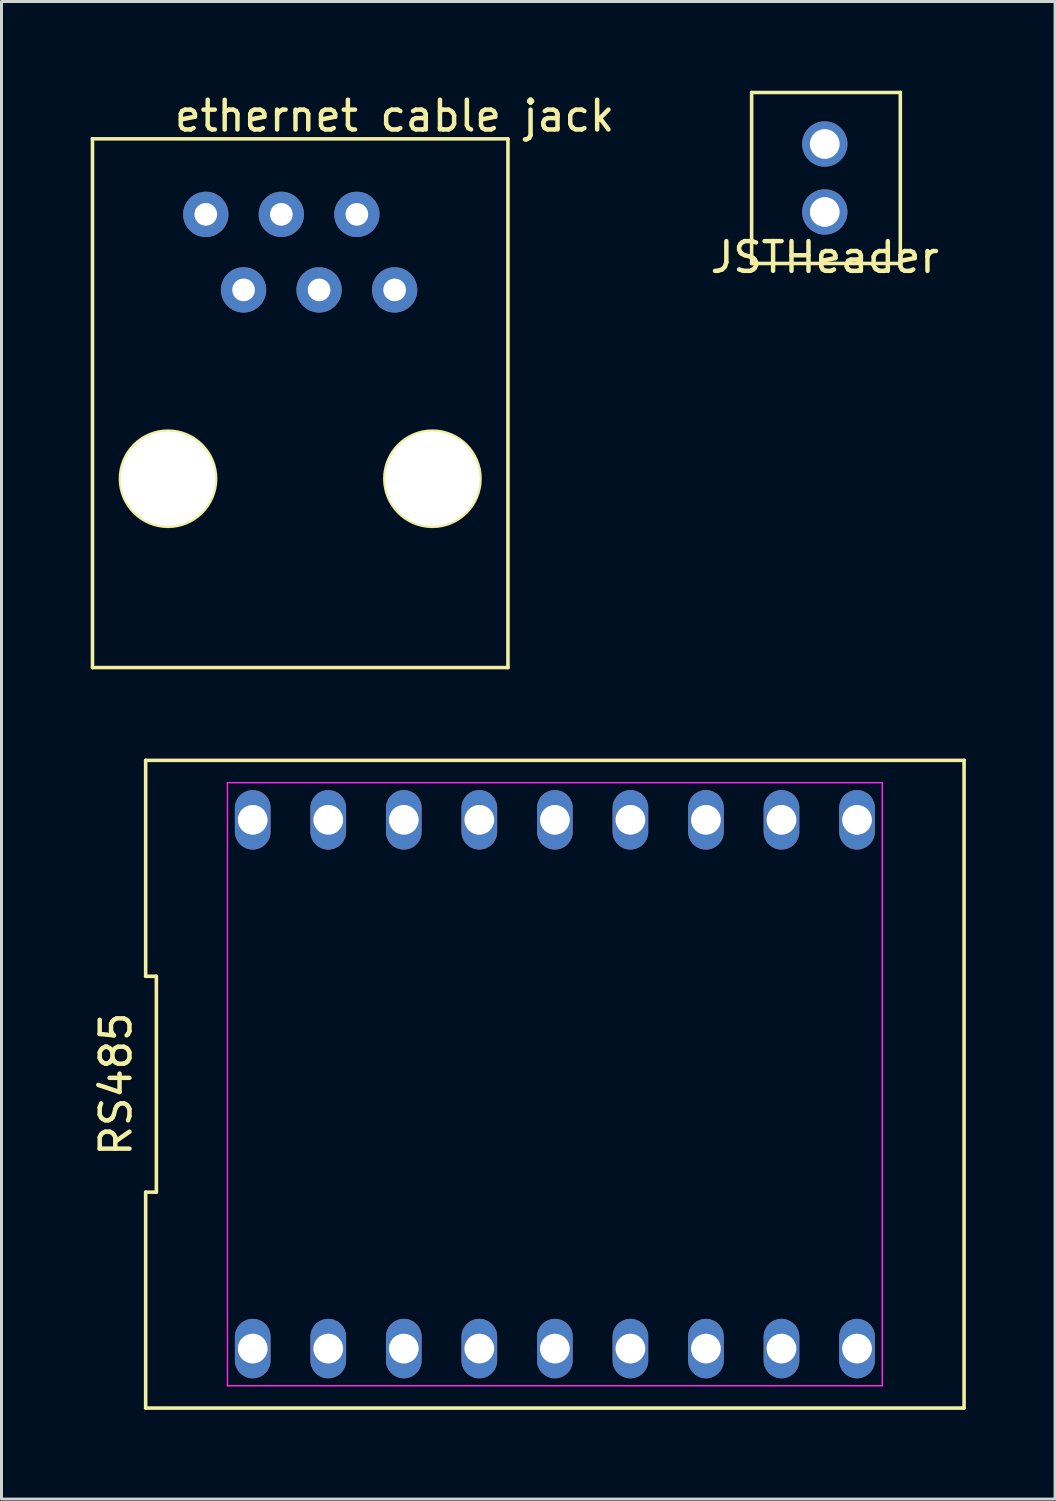
<source format=kicad_pcb>
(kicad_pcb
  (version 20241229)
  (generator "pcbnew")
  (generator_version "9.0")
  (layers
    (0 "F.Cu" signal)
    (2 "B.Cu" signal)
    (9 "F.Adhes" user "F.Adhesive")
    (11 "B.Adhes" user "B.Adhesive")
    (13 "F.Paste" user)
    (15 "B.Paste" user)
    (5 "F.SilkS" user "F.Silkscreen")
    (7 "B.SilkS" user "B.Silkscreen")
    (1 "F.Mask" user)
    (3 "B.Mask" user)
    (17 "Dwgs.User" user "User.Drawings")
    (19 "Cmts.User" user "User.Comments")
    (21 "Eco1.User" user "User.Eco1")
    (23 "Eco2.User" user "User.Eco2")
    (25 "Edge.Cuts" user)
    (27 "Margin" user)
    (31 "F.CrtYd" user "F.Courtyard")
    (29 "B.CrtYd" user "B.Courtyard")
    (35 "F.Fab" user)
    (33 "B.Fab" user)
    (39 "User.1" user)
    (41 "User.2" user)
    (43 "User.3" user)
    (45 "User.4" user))
  (footprint "RS485"
    (layer "F.Cu")
    (at 15.608 33.408)
    (property "Reference" "RS485" (at -14.76 0 90) (layer "F.SilkS") (effects (font (size 1 1) (thickness 0.15))))
    (attr through_hole)
    (fp_line (start -13.76 -10.89) (end -13.76 -3.63) (stroke (width 0.12) (type solid)) (layer "F.SilkS"))
    (fp_line (start -13.76 -3.63) (end -13.4 -3.63) (stroke (width 0.12) (type solid)) (layer "F.SilkS"))
    (fp_line (start -13.76 3.63) (end -13.76 10.89) (stroke (width 0.12) (type solid)) (layer "F.SilkS"))
    (fp_line (start -13.76 10.89) (end 13.76 10.89) (stroke (width 0.12) (type solid)) (layer "F.SilkS"))
    (fp_line (start -13.4 -3.63) (end -13.4 3.63) (stroke (width 0.12) (type solid)) (layer "F.SilkS"))
    (fp_line (start -13.4 3.63) (end -13.76 3.63) (stroke (width 0.12) (type solid)) (layer "F.SilkS"))
    (fp_line (start 13.76 -10.89) (end -13.76 -10.89) (stroke (width 0.12) (type solid)) (layer "F.SilkS"))
    (fp_line (start 13.76 10.89) (end 13.76 -10.89) (stroke (width 0.12) (type solid)) (layer "F.SilkS"))
    (fp_line (start -11.01 -10.14) (end 11.01 -10.14) (stroke (width 0.05) (type solid)) (layer "F.CrtYd"))
    (fp_line (start -11.01 10.14) (end -11.01 -10.14) (stroke (width 0.05) (type solid)) (layer "F.CrtYd"))
    (fp_line (start 11.01 -10.14) (end 11.01 10.14) (stroke (width 0.05) (type solid)) (layer "F.CrtYd"))
    (fp_line (start 11.01 10.14) (end -11.01 10.14) (stroke (width 0.05) (type solid)) (layer "F.CrtYd"))
    (pad "1" thru_hole oval (at -10.16 8.89) (size 1.2 2) (drill 1) (layers "*.Cu" "*.Mask"))
    (pad "2" thru_hole oval (at -7.62 8.89) (size 1.2 2) (drill 1) (layers "*.Cu" "*.Mask"))
    (pad "3" thru_hole oval (at -5.08 8.89) (size 1.2 2) (drill 1) (layers "*.Cu" "*.Mask"))
    (pad "4" thru_hole oval (at -2.54 8.89) (size 1.2 2) (drill 1) (layers "*.Cu" "*.Mask"))
    (pad "5" thru_hole oval (at 0 8.89) (size 1.2 2) (drill 1) (layers "*.Cu" "*.Mask"))
    (pad "6" thru_hole oval (at 2.54 8.89) (size 1.2 2) (drill 1) (layers "*.Cu" "*.Mask"))
    (pad "7" thru_hole oval (at 5.08 8.89) (size 1.2 2) (drill 1) (layers "*.Cu" "*.Mask"))
    (pad "8" thru_hole oval (at 7.62 8.89) (size 1.2 2) (drill 1) (layers "*.Cu" "*.Mask"))
    (pad "9" thru_hole oval (at 10.16 8.89) (size 1.2 2) (drill 1) (layers "*.Cu" "*.Mask"))
    (pad "10" thru_hole oval (at 10.16 -8.89) (size 1.2 2) (drill 1) (layers "*.Cu" "*.Mask"))
    (pad "11" thru_hole oval (at 7.62 -8.89) (size 1.2 2) (drill 1) (layers "*.Cu" "*.Mask"))
    (pad "12" thru_hole oval (at 5.08 -8.89) (size 1.2 2) (drill 1) (layers "*.Cu" "*.Mask"))
    (pad "13" thru_hole oval (at 2.54 -8.89) (size 1.2 2) (drill 1) (layers "*.Cu" "*.Mask"))
    (pad "14" thru_hole oval (at 0 -8.89) (size 1.2 2) (drill 1) (layers "*.Cu" "*.Mask"))
    (pad "15" thru_hole oval (at -2.54 -8.89) (size 1.2 2) (drill 1) (layers "*.Cu" "*.Mask"))
    (pad "16" thru_hole oval (at -5.08 -8.89) (size 1.2 2) (drill 1) (layers "*.Cu" "*.Mask"))
    (pad "17" thru_hole oval (at -7.62 -8.89) (size 1.2 2) (drill 1) (layers "*.Cu" "*.Mask"))
    (pad "18" thru_hole oval (at -10.16 -8.89) (size 1.2 2) (drill 1) (layers "*.Cu" "*.Mask")))
  (footprint "JSTHeader"
    (layer "F.Cu")
    (at 24.684 2.935)
    (property "Reference" "JSTHeader" (at 0 2.667 0) (layer "F.SilkS") (effects (font (size 1 1) (thickness 0.15))))
    (attr through_hole)
    (fp_line (start -2.46 2.875) (end -2.46 -2.875) (stroke (width 0.12) (type solid)) (layer "F.SilkS"))
    (fp_line (start 2.54 -2.875) (end -2.46 -2.875) (stroke (width 0.12) (type solid)) (layer "F.SilkS"))
    (fp_line (start 2.54 2.875) (end -2.46 2.875) (stroke (width 0.12) (type solid)) (layer "F.SilkS"))
    (fp_line (start 2.54 2.875) (end 2.54 -2.875) (stroke (width 0.12) (type solid)) (layer "F.SilkS"))
    (pad "1" thru_hole circle (at 0 1.143 90) (size 1.524 1.524) (drill 1) (layers "*.Cu" "*.Mask"))
    (pad "2" thru_hole circle (at 0 -1.143 90) (size 1.524 1.524) (drill 1) (layers "*.Cu" "*.Mask")))
  (footprint "ethernet cable jack"
    (layer "F.Cu")
    (at 10.22 0.348)
    (property "Reference" "ethernet cable jack" (at 0 0.5 0) (layer "F.SilkS") (effects (font (size 1 1) (thickness 0.15))))
    (attr through_hole)
    (fp_line (start -10.16 1.27) (end -10.16 19.05) (stroke (width 0.12) (type solid)) (layer "F.SilkS"))
    (fp_line (start -10.16 19.05) (end 3.81 19.05) (stroke (width 0.12) (type solid)) (layer "F.SilkS"))
    (fp_line (start 3.81 1.27) (end -10.16 1.27) (stroke (width 0.12) (type solid)) (layer "F.SilkS"))
    (fp_line (start 3.81 19.05) (end 3.81 1.27) (stroke (width 0.12) (type solid)) (layer "F.SilkS"))
    (fp_circle (center -7.62 12.7) (end -6.02 12.7) (stroke (width 0.12) (type solid)) (fill no) (layer "F.SilkS"))
    (fp_circle (center 1.27 12.7) (end 2.87 12.7) (stroke (width 0.12) (type solid)) (fill no) (layer "F.SilkS"))
    (pad "" np_thru_hole circle (at -7.62 12.7) (size 3.175 3.175) (drill 3.175) (layers "*.Cu" "*.Mask"))
    (pad "" np_thru_hole circle (at 1.27 12.7) (size 3.175 3.175) (drill 3.175) (layers "*.Cu" "*.Mask"))
    (pad "1" thru_hole circle (at -6.35 3.81) (size 1.524 1.524) (drill 0.762) (layers "*.Cu" "*.Mask"))
    (pad "2" thru_hole circle (at -5.08 6.35) (size 1.524 1.524) (drill 0.762) (layers "*.Cu" "*.Mask"))
    (pad "3" thru_hole circle (at -3.81 3.81) (size 1.524 1.524) (drill 0.762) (layers "*.Cu" "*.Mask"))
    (pad "4" thru_hole circle (at -2.54 6.35) (size 1.524 1.524) (drill 0.762) (layers "*.Cu" "*.Mask"))
    (pad "5" thru_hole circle (at -1.27 3.81) (size 1.524 1.524) (drill 0.762) (layers "*.Cu" "*.Mask"))
    (pad "6" thru_hole circle (at 0 6.35) (size 1.524 1.524) (drill 0.762) (layers "*.Cu" "*.Mask")))
  (gr_rect
    (start -3 -3)
    (end 32.428 47.358)
    (stroke (width 0.1) (type default))
    (fill no)
    (layer "Edge.Cuts")))
</source>
